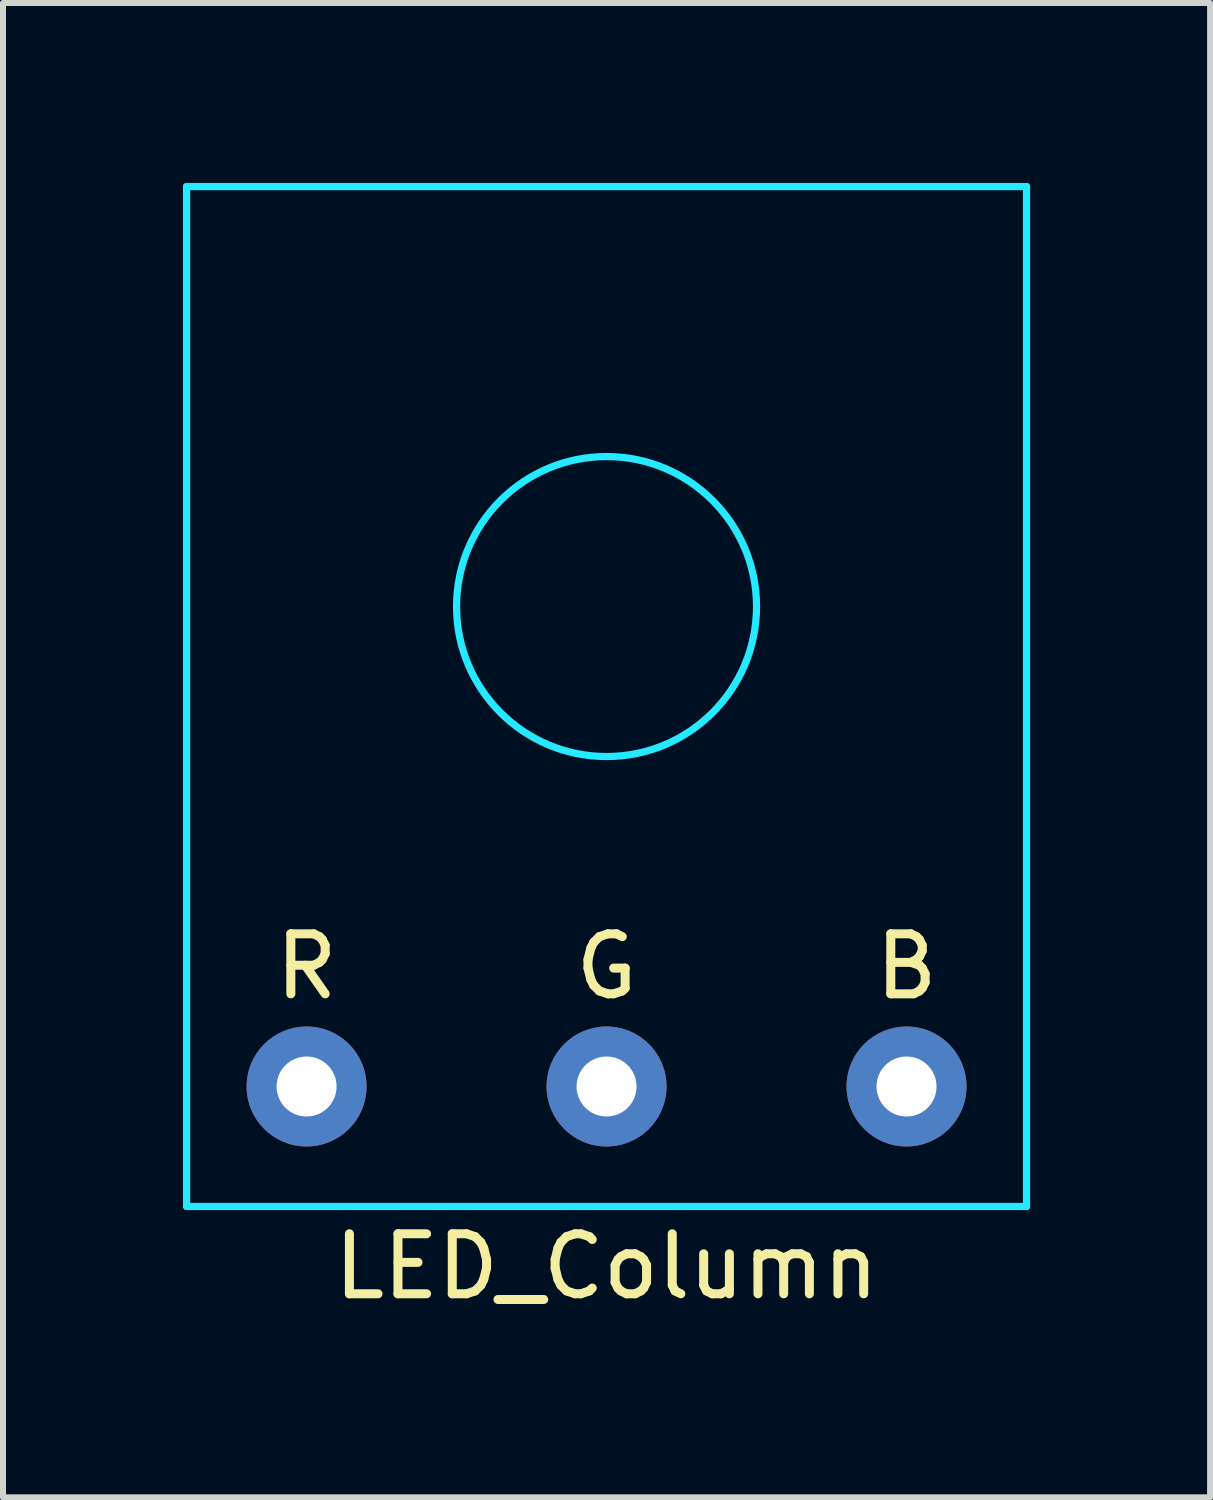
<source format=kicad_pcb>
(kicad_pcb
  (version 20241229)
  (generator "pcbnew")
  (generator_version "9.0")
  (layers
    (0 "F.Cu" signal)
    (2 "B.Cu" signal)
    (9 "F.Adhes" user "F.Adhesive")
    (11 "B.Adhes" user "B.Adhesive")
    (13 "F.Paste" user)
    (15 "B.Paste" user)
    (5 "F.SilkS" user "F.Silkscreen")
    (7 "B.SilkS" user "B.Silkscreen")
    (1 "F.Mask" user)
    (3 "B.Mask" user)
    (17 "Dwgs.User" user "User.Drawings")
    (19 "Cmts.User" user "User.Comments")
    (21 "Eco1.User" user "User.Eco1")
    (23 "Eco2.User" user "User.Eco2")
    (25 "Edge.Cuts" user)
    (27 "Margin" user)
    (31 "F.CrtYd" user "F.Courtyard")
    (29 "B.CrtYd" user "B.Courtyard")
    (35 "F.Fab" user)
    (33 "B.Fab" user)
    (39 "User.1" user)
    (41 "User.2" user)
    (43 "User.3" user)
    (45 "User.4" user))
  (footprint "LED_Column"
    (layer "F.Cu")
    (at 7.06 7.06)
    (property "Reference" "LED_Column" (at 0 11 0) (layer "F.SilkS") (effects (font (size 1 1) (thickness 0.15))))
    (attr through_hole)
    (fp_line (start -7 -7) (end -7 10) (stroke (width 0.12) (type solid)) (layer "B.CrtYd"))
    (fp_line (start -7 10) (end 7 10) (stroke (width 0.12) (type solid)) (layer "B.CrtYd"))
    (fp_line (start 7 -7) (end -7 -7) (stroke (width 0.12) (type solid)) (layer "B.CrtYd"))
    (fp_line (start 7 10) (end 7 -7) (stroke (width 0.12) (type solid)) (layer "B.CrtYd"))
    (fp_circle (center 0 0) (end 2.5 0) (stroke (width 0.12) (type solid)) (fill no) (layer "B.CrtYd"))
    (fp_text user "G" (at 0 6 0) (layer "F.SilkS") (effects (font (size 1 1) (thickness 0.15))))
    (fp_text user "B" (at 5 6 0) (layer "F.SilkS") (effects (font (size 1 1) (thickness 0.15))))
    (fp_text user "R" (at -5 6 0) (layer "F.SilkS") (effects (font (size 1 1) (thickness 0.15))))
    (pad "1" thru_hole circle (at -5 8) (size 2 2) (drill 1) (layers "*.Cu" "*.Mask"))
    (pad "2" thru_hole circle (at 0 8) (size 2 2) (drill 1) (layers "*.Cu" "*.Mask"))
    (pad "3" thru_hole circle (at 5 8) (size 2 2) (drill 1) (layers "*.Cu" "*.Mask")))
  (gr_rect
    (start -3 -3)
    (end 17.12 21.908)
    (stroke (width 0.1) (type default))
    (fill no)
    (layer "Edge.Cuts")))
</source>
